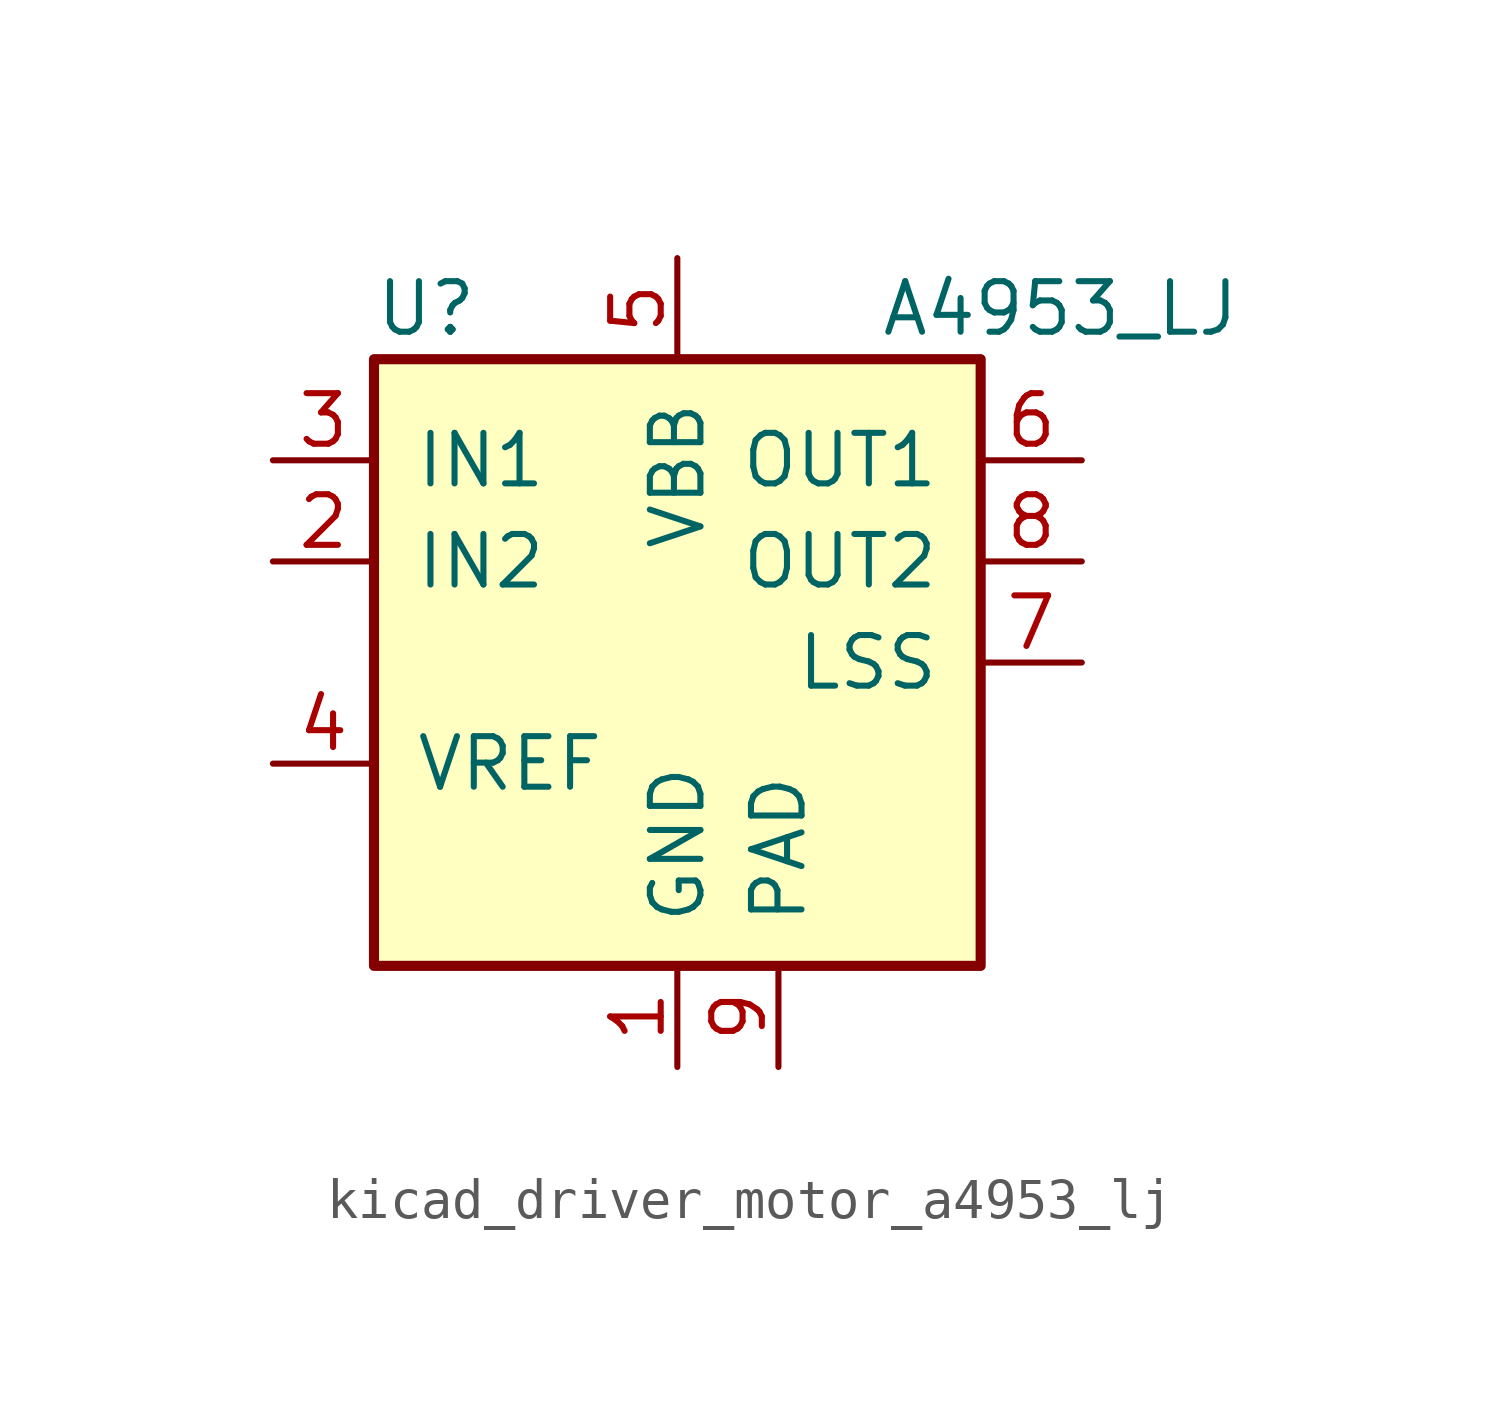
<source format=kicad_sym>
(kicad_symbol_lib
  (version 20220914)
  (generator kicad_symbol_editor)
  (symbol "kicad_driver_motor_a4953_lj"
    (pin_names
      (offset 1.016))
    (property "Reference" "U"
      (at -7.62 8.89 0)
      (effects (font (size 1.27 1.27)) (justify left)))
    (property "Value" "A4953_LJ"
      (at 5.08 8.89 0)
      (effects (font (size 1.27 1.27)) (justify left)))
    (symbol "kicad_driver_motor_a4953_lj_0_1"
      (rectangle (start -7.62 7.62) (end 7.62 -7.62) (stroke (width 0.254) (type default)) (fill (type background))))
    (symbol "kicad_driver_motor_a4953_lj_1_1"
      (pin power_in line (at 0 -10.16 90) (length 2.54) (name "GND" (effects (font (size 1.27 1.27)))) (number "1" (effects (font (size 1.27 1.27)))))
      (pin input line (at -10.16 2.54 0) (length 2.54) (name "IN2" (effects (font (size 1.27 1.27)))) (number "2" (effects (font (size 1.27 1.27)))))
      (pin input line (at -10.16 5.08 0) (length 2.54) (name "IN1" (effects (font (size 1.27 1.27)))) (number "3" (effects (font (size 1.27 1.27)))))
      (pin passive line (at -10.16 -2.54 0) (length 2.54) (name "VREF" (effects (font (size 1.27 1.27)))) (number "4" (effects (font (size 1.27 1.27)))))
      (pin power_in line (at 0 10.16 270) (length 2.54) (name "VBB" (effects (font (size 1.27 1.27)))) (number "5" (effects (font (size 1.27 1.27)))))
      (pin power_out line (at 10.16 5.08 180) (length 2.54) (name "OUT1" (effects (font (size 1.27 1.27)))) (number "6" (effects (font (size 1.27 1.27)))))
      (pin power_in line (at 10.16 0 180) (length 2.54) (name "LSS" (effects (font (size 1.27 1.27)))) (number "7" (effects (font (size 1.27 1.27)))))
      (pin power_out line (at 10.16 2.54 180) (length 2.54) (name "OUT2" (effects (font (size 1.27 1.27)))) (number "8" (effects (font (size 1.27 1.27)))))
      (pin power_in line (at 2.54 -10.16 90) (length 2.54) (name "PAD" (effects (font (size 1.27 1.27)))) (number "9" (effects (font (size 1.27 1.27))))))))
</source>
